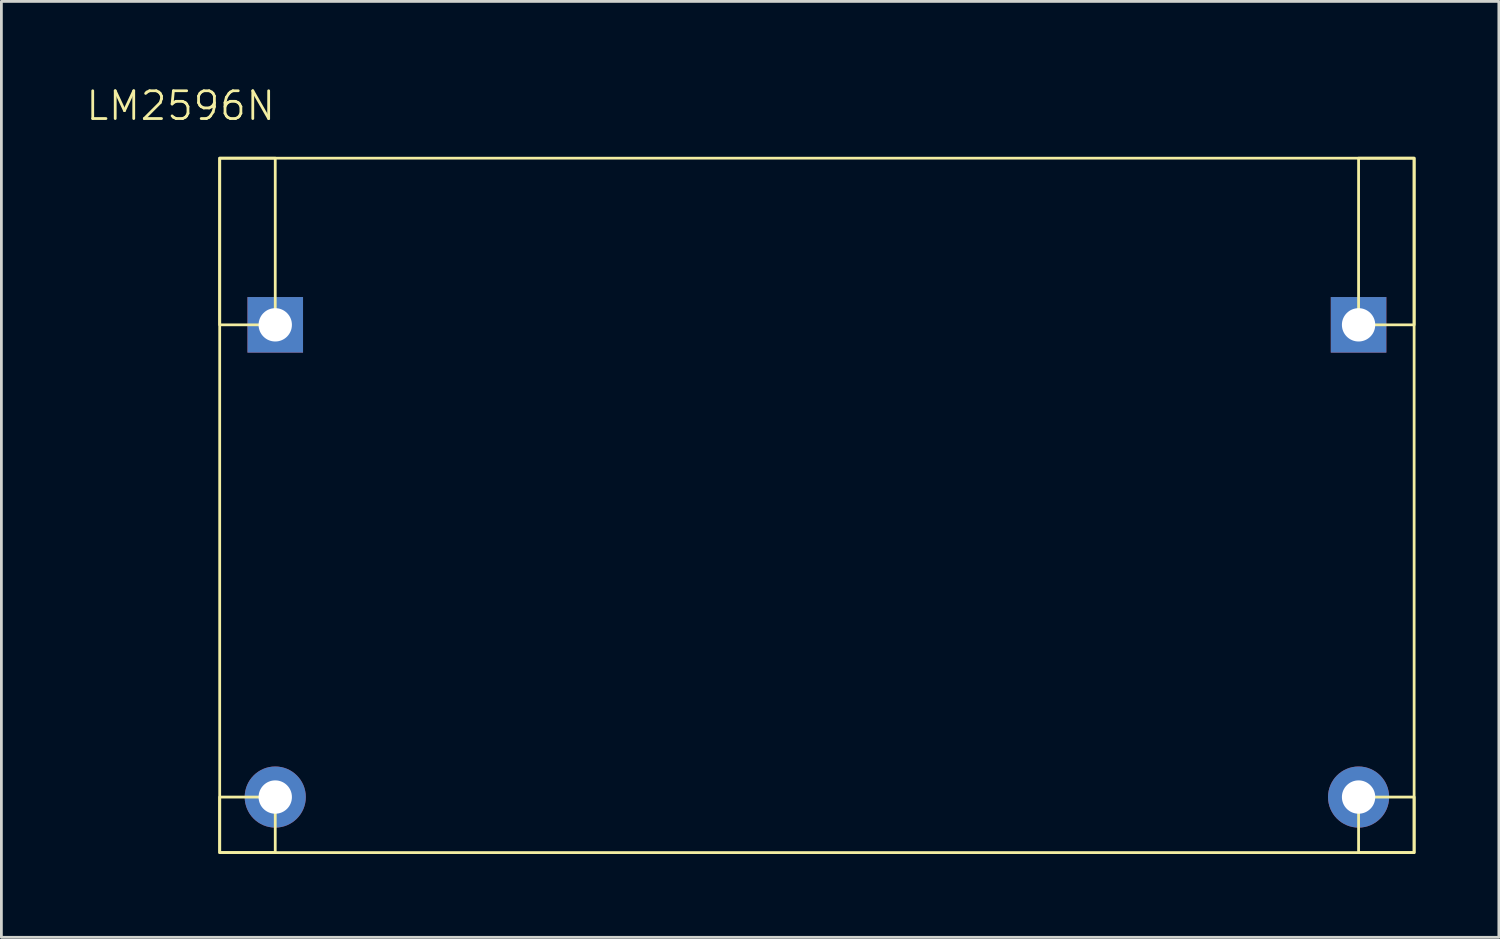
<source format=kicad_pcb>
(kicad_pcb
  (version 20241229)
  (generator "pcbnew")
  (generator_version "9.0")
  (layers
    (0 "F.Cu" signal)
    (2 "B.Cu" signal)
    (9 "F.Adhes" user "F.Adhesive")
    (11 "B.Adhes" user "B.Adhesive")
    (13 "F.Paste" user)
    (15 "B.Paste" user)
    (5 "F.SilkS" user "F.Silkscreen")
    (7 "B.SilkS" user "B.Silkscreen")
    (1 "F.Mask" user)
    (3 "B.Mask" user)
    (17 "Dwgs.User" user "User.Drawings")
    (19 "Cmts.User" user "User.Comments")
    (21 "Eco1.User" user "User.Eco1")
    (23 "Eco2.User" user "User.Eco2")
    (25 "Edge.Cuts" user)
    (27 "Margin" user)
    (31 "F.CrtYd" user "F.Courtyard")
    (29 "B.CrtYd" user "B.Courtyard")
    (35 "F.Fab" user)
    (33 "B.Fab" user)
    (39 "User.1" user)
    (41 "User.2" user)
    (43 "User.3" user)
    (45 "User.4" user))
  (footprint "LM2596N"
    (layer "F.Cu")
    (at 4.859 2.644)
    (property "Reference" "LM2596N" (at -1.404 -1.884 0) (unlocked yes) (layer "F.SilkS") (effects (font (size 1 1) (thickness 0.1))))
    (attr smd)
    (fp_rect (start 0 0) (end 2 6) (stroke (width 0.1) (type default)) (fill no) (layer "F.SilkS"))
    (fp_rect (start 0 0) (end 43 25) (stroke (width 0.1) (type default)) (fill no) (layer "F.SilkS"))
    (fp_rect (start 0 23) (end 2 25) (stroke (width 0.1) (type default)) (fill no) (layer "F.SilkS"))
    (fp_rect (start 41 0) (end 43 6) (stroke (width 0.1) (type default)) (fill no) (layer "F.SilkS"))
    (fp_rect (start 41 23) (end 43 25) (stroke (width 0.1) (type default)) (fill no) (layer "F.SilkS"))
    (pad "1" thru_hole circle (at 41 23) (size 2.2 2.2) (drill 1.2) (layers "*.Cu" "*.Mask"))
    (pad "2" thru_hole rect (at 41 6) (size 2 2) (drill 1.2) (layers "*.Cu" "*.Mask"))
    (pad "3" thru_hole rect (at 2 6) (size 2 2) (drill 1.2) (layers "*.Cu" "*.Mask"))
    (pad "4" thru_hole circle (at 2 23) (size 2.2 2.2) (drill 1.2) (layers "*.Cu" "*.Mask")))
  (gr_rect
    (start -3 -3)
    (end 50.909 30.695)
    (stroke (width 0.1) (type default))
    (fill no)
    (layer "Edge.Cuts")))
</source>
